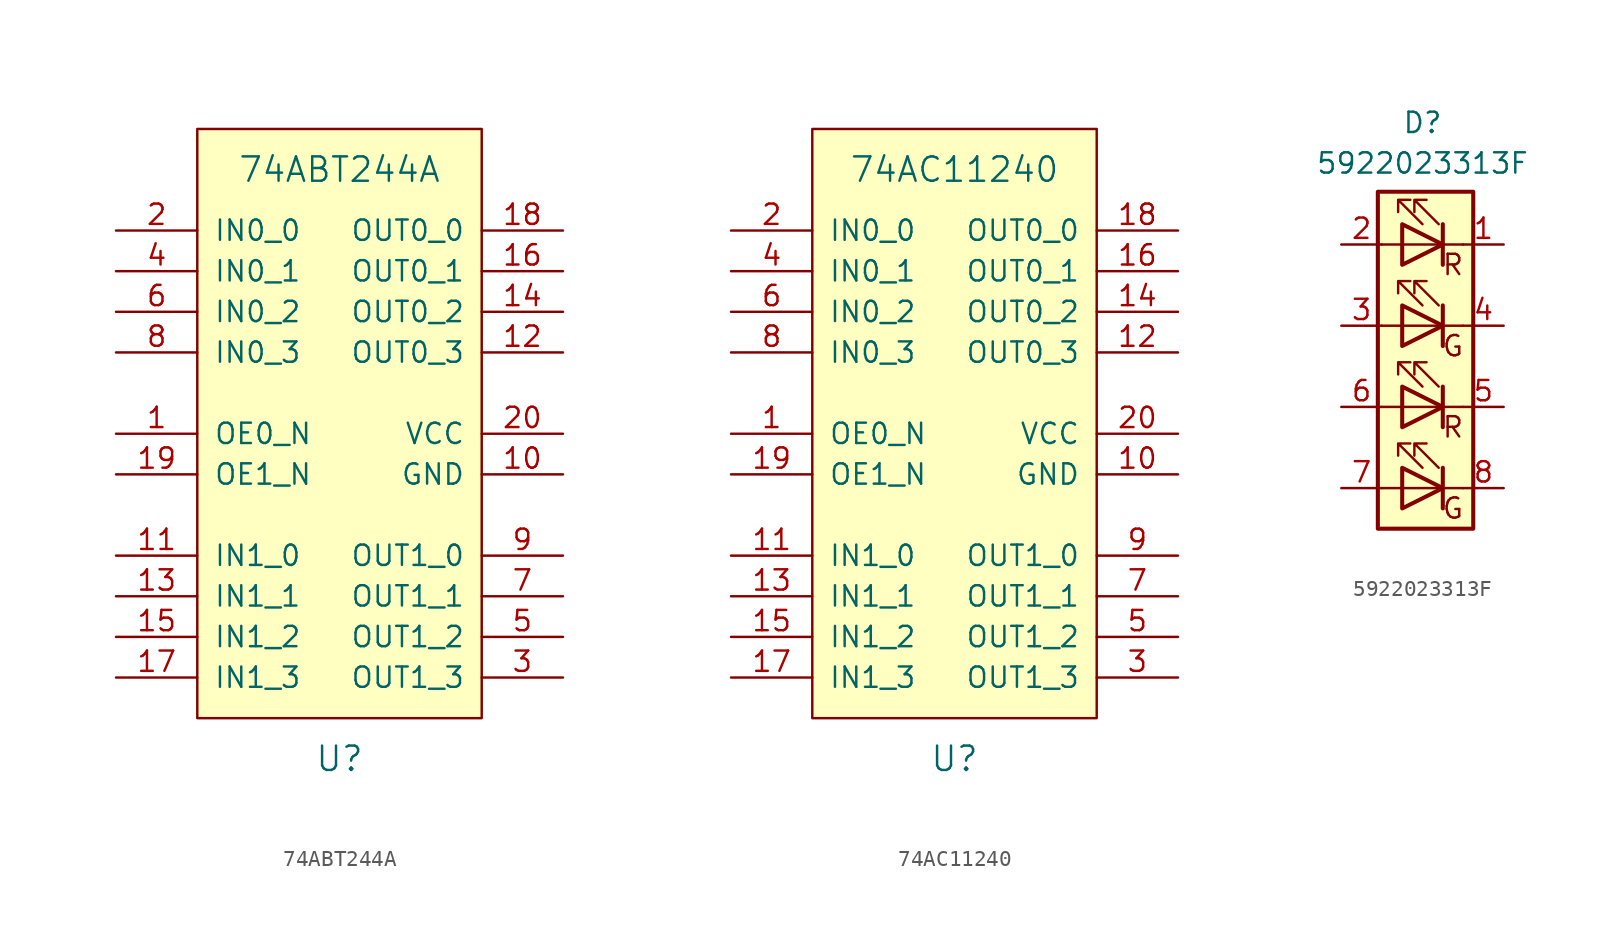
<source format=kicad_sym>
(kicad_symbol_lib
  (version 20211014)
  (generator kicad_symbol_editor)
  (symbol "74ABT244A"
    (pin_names
      (offset 1.016))
    (property "Reference" "U"
      (at 0 -19.05 0)
      (effects (font (size 1.524 1.524))))
    (property "Value" "74ABT244A"
      (at 0 17.78 0)
      (effects (font (size 1.524 1.524))))
    (symbol "74ABT244A_0_1"
      (rectangle (start -8.89 20.32) (end 8.89 -16.51) (stroke (width 0) (type default) (color 0 0 0 0)) (fill (type background))))
    (symbol "74ABT244A_1_1"
      (pin input line (at -13.97 1.27 0) (length 5.08) (name "OE0_N" (effects (font (size 1.27 1.27)))) (number "1" (effects (font (size 1.27 1.27)))))
      (pin input line (at 13.97 -1.27 180) (length 5.08) (name "GND" (effects (font (size 1.27 1.27)))) (number "10" (effects (font (size 1.27 1.27)))))
      (pin input line (at -13.97 -6.35 0) (length 5.08) (name "IN1_0" (effects (font (size 1.27 1.27)))) (number "11" (effects (font (size 1.27 1.27)))))
      (pin input line (at 13.97 6.35 180) (length 5.08) (name "OUT0_3" (effects (font (size 1.27 1.27)))) (number "12" (effects (font (size 1.27 1.27)))))
      (pin input line (at -13.97 -8.89 0) (length 5.08) (name "IN1_1" (effects (font (size 1.27 1.27)))) (number "13" (effects (font (size 1.27 1.27)))))
      (pin input line (at 13.97 8.89 180) (length 5.08) (name "OUT0_2" (effects (font (size 1.27 1.27)))) (number "14" (effects (font (size 1.27 1.27)))))
      (pin input line (at -13.97 -11.43 0) (length 5.08) (name "IN1_2" (effects (font (size 1.27 1.27)))) (number "15" (effects (font (size 1.27 1.27)))))
      (pin input line (at 13.97 11.43 180) (length 5.08) (name "OUT0_1" (effects (font (size 1.27 1.27)))) (number "16" (effects (font (size 1.27 1.27)))))
      (pin input line (at -13.97 -13.97 0) (length 5.08) (name "IN1_3" (effects (font (size 1.27 1.27)))) (number "17" (effects (font (size 1.27 1.27)))))
      (pin input line (at 13.97 13.97 180) (length 5.08) (name "OUT0_0" (effects (font (size 1.27 1.27)))) (number "18" (effects (font (size 1.27 1.27)))))
      (pin input line (at -13.97 -1.27 0) (length 5.08) (name "OE1_N" (effects (font (size 1.27 1.27)))) (number "19" (effects (font (size 1.27 1.27)))))
      (pin input line (at -13.97 13.97 0) (length 5.08) (name "IN0_0" (effects (font (size 1.27 1.27)))) (number "2" (effects (font (size 1.27 1.27)))))
      (pin input line (at 13.97 1.27 180) (length 5.08) (name "VCC" (effects (font (size 1.27 1.27)))) (number "20" (effects (font (size 1.27 1.27)))))
      (pin input line (at 13.97 -13.97 180) (length 5.08) (name "OUT1_3" (effects (font (size 1.27 1.27)))) (number "3" (effects (font (size 1.27 1.27)))))
      (pin input line (at -13.97 11.43 0) (length 5.08) (name "IN0_1" (effects (font (size 1.27 1.27)))) (number "4" (effects (font (size 1.27 1.27)))))
      (pin input line (at 13.97 -11.43 180) (length 5.08) (name "OUT1_2" (effects (font (size 1.27 1.27)))) (number "5" (effects (font (size 1.27 1.27)))))
      (pin input line (at -13.97 8.89 0) (length 5.08) (name "IN0_2" (effects (font (size 1.27 1.27)))) (number "6" (effects (font (size 1.27 1.27)))))
      (pin input line (at 13.97 -8.89 180) (length 5.08) (name "OUT1_1" (effects (font (size 1.27 1.27)))) (number "7" (effects (font (size 1.27 1.27)))))
      (pin input line (at -13.97 6.35 0) (length 5.08) (name "IN0_3" (effects (font (size 1.27 1.27)))) (number "8" (effects (font (size 1.27 1.27)))))
      (pin input line (at 13.97 -6.35 180) (length 5.08) (name "OUT1_0" (effects (font (size 1.27 1.27)))) (number "9" (effects (font (size 1.27 1.27)))))))
  (symbol "74AC11240"
    (pin_names
      (offset 1.016))
    (property "Reference" "U"
      (at 0 -19.05 0)
      (effects (font (size 1.524 1.524))))
    (property "Value" "74AC11240"
      (at 0 17.78 0)
      (effects (font (size 1.524 1.524))))
    (symbol "74AC11240_0_1"
      (rectangle (start -8.89 20.32) (end 8.89 -16.51) (stroke (width 0) (type default) (color 0 0 0 0)) (fill (type background))))
    (symbol "74AC11240_1_1"
      (pin input line (at -13.97 1.27 0) (length 5.08) (name "OE0_N" (effects (font (size 1.27 1.27)))) (number "1" (effects (font (size 1.27 1.27)))))
      (pin input line (at 13.97 -1.27 180) (length 5.08) (name "GND" (effects (font (size 1.27 1.27)))) (number "10" (effects (font (size 1.27 1.27)))))
      (pin input line (at -13.97 -6.35 0) (length 5.08) (name "IN1_0" (effects (font (size 1.27 1.27)))) (number "11" (effects (font (size 1.27 1.27)))))
      (pin input line (at 13.97 6.35 180) (length 5.08) (name "OUT0_3" (effects (font (size 1.27 1.27)))) (number "12" (effects (font (size 1.27 1.27)))))
      (pin input line (at -13.97 -8.89 0) (length 5.08) (name "IN1_1" (effects (font (size 1.27 1.27)))) (number "13" (effects (font (size 1.27 1.27)))))
      (pin input line (at 13.97 8.89 180) (length 5.08) (name "OUT0_2" (effects (font (size 1.27 1.27)))) (number "14" (effects (font (size 1.27 1.27)))))
      (pin input line (at -13.97 -11.43 0) (length 5.08) (name "IN1_2" (effects (font (size 1.27 1.27)))) (number "15" (effects (font (size 1.27 1.27)))))
      (pin input line (at 13.97 11.43 180) (length 5.08) (name "OUT0_1" (effects (font (size 1.27 1.27)))) (number "16" (effects (font (size 1.27 1.27)))))
      (pin input line (at -13.97 -13.97 0) (length 5.08) (name "IN1_3" (effects (font (size 1.27 1.27)))) (number "17" (effects (font (size 1.27 1.27)))))
      (pin input line (at 13.97 13.97 180) (length 5.08) (name "OUT0_0" (effects (font (size 1.27 1.27)))) (number "18" (effects (font (size 1.27 1.27)))))
      (pin input line (at -13.97 -1.27 0) (length 5.08) (name "OE1_N" (effects (font (size 1.27 1.27)))) (number "19" (effects (font (size 1.27 1.27)))))
      (pin input line (at -13.97 13.97 0) (length 5.08) (name "IN0_0" (effects (font (size 1.27 1.27)))) (number "2" (effects (font (size 1.27 1.27)))))
      (pin input line (at 13.97 1.27 180) (length 5.08) (name "VCC" (effects (font (size 1.27 1.27)))) (number "20" (effects (font (size 1.27 1.27)))))
      (pin input line (at 13.97 -13.97 180) (length 5.08) (name "OUT1_3" (effects (font (size 1.27 1.27)))) (number "3" (effects (font (size 1.27 1.27)))))
      (pin input line (at -13.97 11.43 0) (length 5.08) (name "IN0_1" (effects (font (size 1.27 1.27)))) (number "4" (effects (font (size 1.27 1.27)))))
      (pin input line (at 13.97 -11.43 180) (length 5.08) (name "OUT1_2" (effects (font (size 1.27 1.27)))) (number "5" (effects (font (size 1.27 1.27)))))
      (pin input line (at -13.97 8.89 0) (length 5.08) (name "IN0_2" (effects (font (size 1.27 1.27)))) (number "6" (effects (font (size 1.27 1.27)))))
      (pin input line (at 13.97 -8.89 180) (length 5.08) (name "OUT1_1" (effects (font (size 1.27 1.27)))) (number "7" (effects (font (size 1.27 1.27)))))
      (pin input line (at -13.97 6.35 0) (length 5.08) (name "IN0_3" (effects (font (size 1.27 1.27)))) (number "8" (effects (font (size 1.27 1.27)))))
      (pin input line (at 13.97 -6.35 180) (length 5.08) (name "OUT1_0" (effects (font (size 1.27 1.27)))) (number "9" (effects (font (size 1.27 1.27)))))))
  (symbol "5922023313F"
    (pin_names
      (offset 0) hide)
    (property "Reference" "D"
      (at 0 12.7 0)
      (effects (font (size 1.27 1.27))))
    (property "Value" "5922023313F"
      (at 0 10.16 0)
      (effects (font (size 1.27 1.27))))
    (symbol "5922023313F_0_0"
      (text "G" (at 1.905 -11.43 0) (effects (font (size 1.27 1.27))))
      (text "G" (at 1.905 -1.27 0) (effects (font (size 1.27 1.27))))
      (text "R" (at 1.905 -6.35 0) (effects (font (size 1.27 1.27))))
      (text "R" (at 1.905 3.81 0) (effects (font (size 1.27 1.27)))))
    (symbol "5922023313F_0_1"
      (rectangle (start -2.794 8.382) (end 3.175 -12.7) (stroke (width 0.254) (type default) (color 0 0 0 0)) (fill (type background)))
      (rectangle (start -1.27 -1.27) (end -1.27 1.27) (stroke (width 0) (type default) (color 0 0 0 0)) (fill (type none)))
      (rectangle (start -1.27 1.27) (end -1.27 1.27) (stroke (width 0) (type default) (color 0 0 0 0)) (fill (type none)))
      (rectangle (start -1.27 3.81) (end -1.27 6.35) (stroke (width 0) (type default) (color 0 0 0 0)) (fill (type none)))
      (rectangle (start -1.27 6.35) (end -1.27 6.35) (stroke (width 0) (type default) (color 0 0 0 0)) (fill (type none)))
      (polyline (pts (xy -1.27 -10.16) (xy -2.54 -10.16)) (stroke (width 0) (type default) (color 0 0 0 0)) (fill (type none)))
      (polyline (pts (xy -1.27 -5.08) (xy -2.54 -5.08)) (stroke (width 0) (type default) (color 0 0 0 0)) (fill (type none)))
      (polyline (pts (xy -1.27 0) (xy -2.54 0)) (stroke (width 0) (type default) (color 0 0 0 0)) (fill (type none)))
      (polyline (pts (xy -1.27 0) (xy 1.27 0)) (stroke (width 0) (type default) (color 0 0 0 0)) (fill (type none)))
      (polyline (pts (xy -1.27 5.08) (xy -2.54 5.08)) (stroke (width 0) (type default) (color 0 0 0 0)) (fill (type none)))
      (polyline (pts (xy 1.27 -10.16) (xy -1.27 -10.16)) (stroke (width 0) (type default) (color 0 0 0 0)) (fill (type none)))
      (polyline (pts (xy 1.27 -10.16) (xy 2.54 -10.16)) (stroke (width 0) (type default) (color 0 0 0 0)) (fill (type none)))
      (polyline (pts (xy 1.27 -8.89) (xy 1.27 -11.43)) (stroke (width 0.254) (type default) (color 0 0 0 0)) (fill (type none)))
      (polyline (pts (xy 1.27 -5.08) (xy -1.27 -5.08)) (stroke (width 0) (type default) (color 0 0 0 0)) (fill (type none)))
      (polyline (pts (xy 1.27 -5.08) (xy 2.54 -5.08)) (stroke (width 0) (type default) (color 0 0 0 0)) (fill (type none)))
      (polyline (pts (xy 1.27 -3.81) (xy 1.27 -6.35)) (stroke (width 0.254) (type default) (color 0 0 0 0)) (fill (type none)))
      (polyline (pts (xy 1.27 0) (xy 2.54 0)) (stroke (width 0) (type default) (color 0 0 0 0)) (fill (type none)))
      (polyline (pts (xy 1.27 1.27) (xy 1.27 -1.27)) (stroke (width 0.254) (type default) (color 0 0 0 0)) (fill (type none)))
      (polyline (pts (xy 1.27 5.08) (xy -1.27 5.08)) (stroke (width 0) (type default) (color 0 0 0 0)) (fill (type none)))
      (polyline (pts (xy 1.27 5.08) (xy 2.54 5.08)) (stroke (width 0) (type default) (color 0 0 0 0)) (fill (type none)))
      (polyline (pts (xy 1.27 6.35) (xy 1.27 3.81)) (stroke (width 0.254) (type default) (color 0 0 0 0)) (fill (type none)))
      (polyline (pts (xy 1.27 1.27) (xy 1.27 -1.27) (xy 1.27 -1.27)) (stroke (width 0) (type default) (color 0 0 0 0)) (fill (type none)))
      (polyline (pts (xy 1.27 6.35) (xy 1.27 3.81) (xy 1.27 3.81)) (stroke (width 0) (type default) (color 0 0 0 0)) (fill (type none)))
      (polyline (pts (xy -1.27 -8.89) (xy -1.27 -11.43) (xy 1.27 -10.16) (xy -1.27 -8.89)) (stroke (width 0.254) (type default) (color 0 0 0 0)) (fill (type none)))
      (polyline (pts (xy -1.27 -3.81) (xy -1.27 -6.35) (xy 1.27 -5.08) (xy -1.27 -3.81)) (stroke (width 0.254) (type default) (color 0 0 0 0)) (fill (type none)))
      (polyline (pts (xy -1.27 1.27) (xy -1.27 -1.27) (xy 1.27 0) (xy -1.27 1.27)) (stroke (width 0.254) (type default) (color 0 0 0 0)) (fill (type none)))
      (polyline (pts (xy -1.27 6.35) (xy -1.27 3.81) (xy 1.27 5.08) (xy -1.27 6.35)) (stroke (width 0.254) (type default) (color 0 0 0 0)) (fill (type none)))
      (polyline (pts (xy 0 -8.89) (xy -1.524 -7.366) (xy -0.762 -7.366) (xy -1.524 -7.366) (xy -1.524 -8.128)) (stroke (width 0) (type default) (color 0 0 0 0)) (fill (type none)))
      (polyline (pts (xy 0 -3.81) (xy -1.524 -2.286) (xy -0.762 -2.286) (xy -1.524 -2.286) (xy -1.524 -3.048)) (stroke (width 0) (type default) (color 0 0 0 0)) (fill (type none)))
      (polyline (pts (xy 0 1.27) (xy -1.524 2.794) (xy -0.762 2.794) (xy -1.524 2.794) (xy -1.524 2.032)) (stroke (width 0) (type default) (color 0 0 0 0)) (fill (type none)))
      (polyline (pts (xy 0 6.35) (xy -1.524 7.874) (xy -0.762 7.874) (xy -1.524 7.874) (xy -1.524 7.112)) (stroke (width 0) (type default) (color 0 0 0 0)) (fill (type none)))
      (polyline (pts (xy 1.016 -8.89) (xy -0.508 -7.366) (xy 0.254 -7.366) (xy -0.508 -7.366) (xy -0.508 -8.128)) (stroke (width 0) (type default) (color 0 0 0 0)) (fill (type none)))
      (polyline (pts (xy 1.016 -3.81) (xy -0.508 -2.286) (xy 0.254 -2.286) (xy -0.508 -2.286) (xy -0.508 -3.048)) (stroke (width 0) (type default) (color 0 0 0 0)) (fill (type none)))
      (polyline (pts (xy 1.016 1.27) (xy -0.508 2.794) (xy 0.254 2.794) (xy -0.508 2.794) (xy -0.508 2.032)) (stroke (width 0) (type default) (color 0 0 0 0)) (fill (type none)))
      (polyline (pts (xy 1.016 6.35) (xy -0.508 7.874) (xy 0.254 7.874) (xy -0.508 7.874) (xy -0.508 7.112)) (stroke (width 0) (type default) (color 0 0 0 0)) (fill (type none))))
    (symbol "5922023313F_1_1"
      (pin passive line (at 5.08 5.08 180) (length 2.54) (name "RK" (effects (font (size 1.27 1.27)))) (number "1" (effects (font (size 1.27 1.27)))))
      (pin passive line (at -5.08 5.08 0) (length 2.54) (name "RA" (effects (font (size 1.27 1.27)))) (number "2" (effects (font (size 1.27 1.27)))))
      (pin passive line (at -5.08 0 0) (length 2.54) (name "GA" (effects (font (size 1.27 1.27)))) (number "3" (effects (font (size 1.27 1.27)))))
      (pin passive line (at 5.08 0 180) (length 2.54) (name "GK" (effects (font (size 1.27 1.27)))) (number "4" (effects (font (size 1.27 1.27)))))
      (pin passive line (at 5.08 -5.08 180) (length 2.54) (name "RK" (effects (font (size 1.27 1.27)))) (number "5" (effects (font (size 1.27 1.27)))))
      (pin passive line (at -5.08 -5.08 0) (length 2.54) (name "RA" (effects (font (size 1.27 1.27)))) (number "6" (effects (font (size 1.27 1.27)))))
      (pin passive line (at -5.08 -10.16 0) (length 2.54) (name "GA" (effects (font (size 1.27 1.27)))) (number "7" (effects (font (size 1.27 1.27)))))
      (pin passive line (at 5.08 -10.16 180) (length 2.54) (name "GK" (effects (font (size 1.27 1.27)))) (number "8" (effects (font (size 1.27 1.27))))))))
</source>
